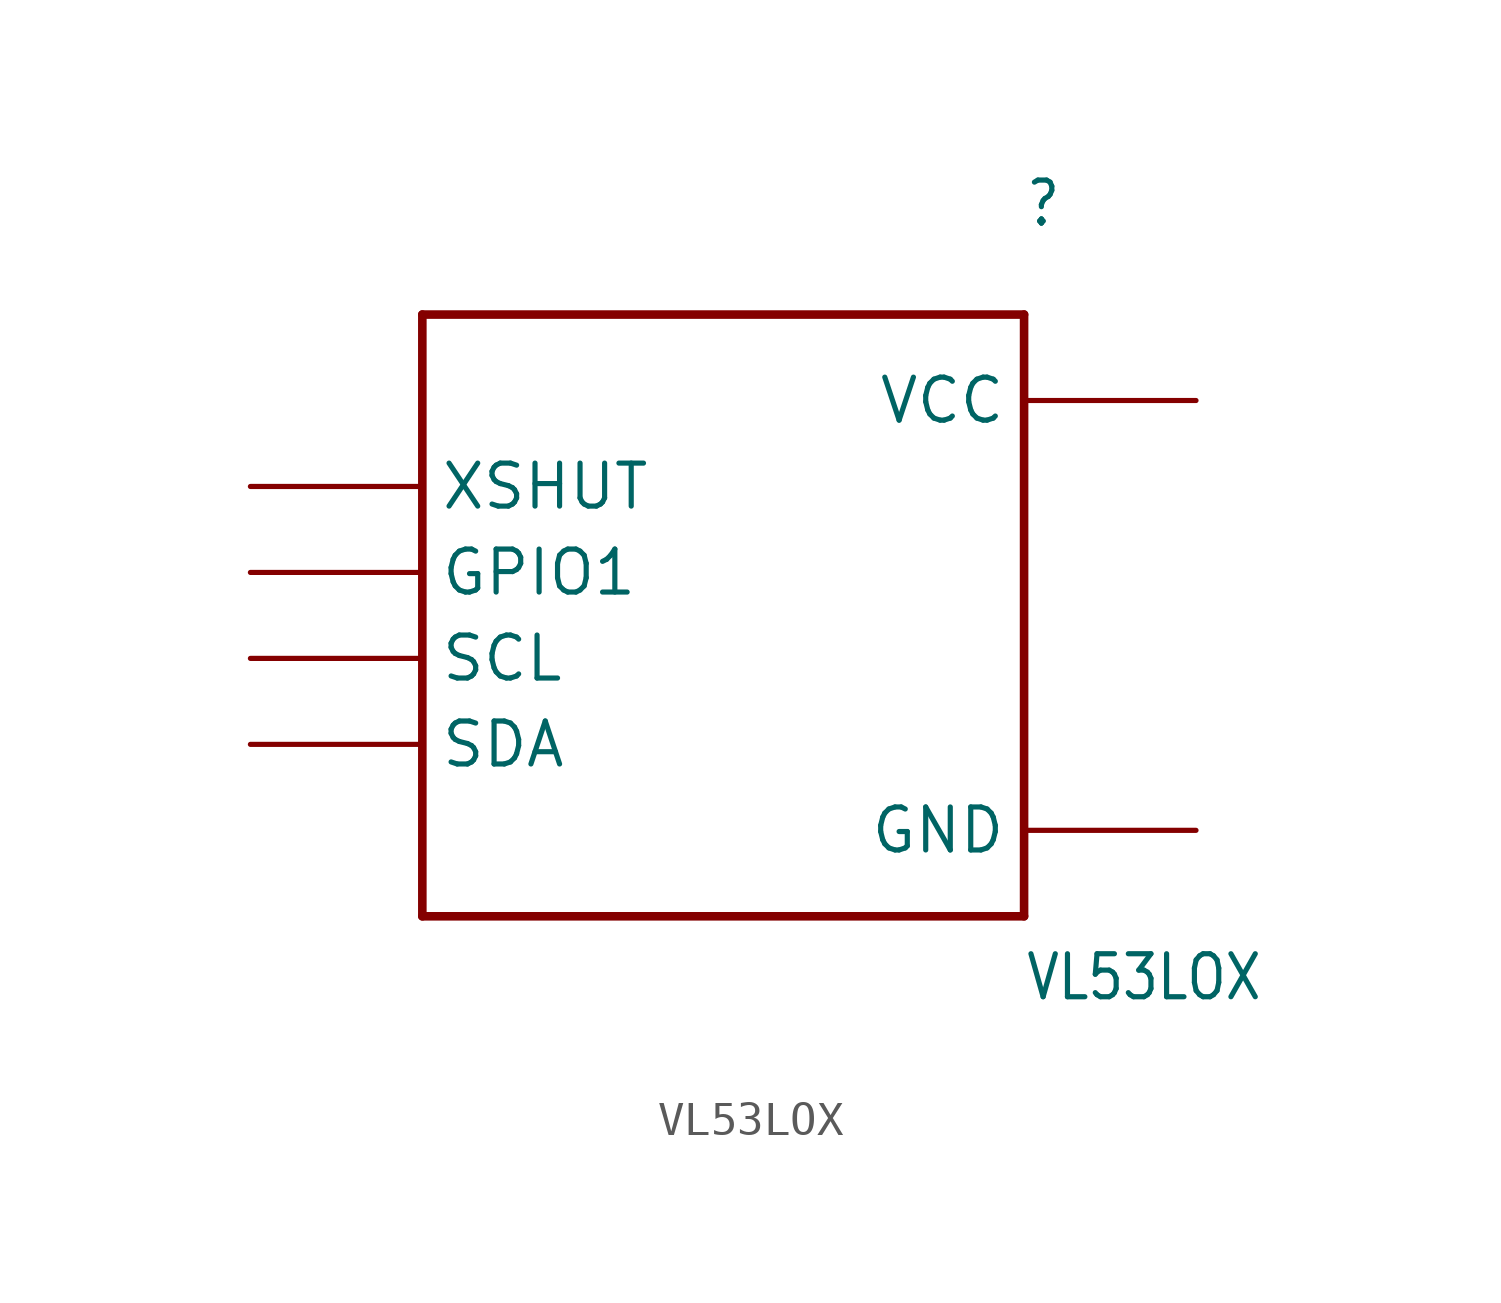
<source format=kicad_sym>
(kicad_symbol_lib
  (version 20211014)
  (generator kicad_symbol_editor)
  (symbol "VL53LOX"
    (property "Reference" ""
      (at 2.54 15.24 0)
      (effects (font (size 1.27 1.079)) (justify left bottom)))
    (property "Value" "VL53LOX"
      (at 2.54 -7.62 0)
      (effects (font (size 1.27 1.079)) (justify left bottom)))
    (property "ki_locked" ""
      (at 0 0 0)
      (effects (font (size 1.27 1.27))))
    (symbol "VL53LOX_1_0"
      (polyline (pts (xy -15.24 -5.08) (xy 2.54 -5.08)) (stroke (width 0.254) (type default) (color 0 0 0 0)) (fill (type none)))
      (polyline (pts (xy -15.24 12.7) (xy -15.24 -5.08)) (stroke (width 0.254) (type default) (color 0 0 0 0)) (fill (type none)))
      (polyline (pts (xy 2.54 -5.08) (xy 2.54 12.7)) (stroke (width 0.254) (type default) (color 0 0 0 0)) (fill (type none)))
      (polyline (pts (xy 2.54 12.7) (xy -15.24 12.7)) (stroke (width 0.254) (type default) (color 0 0 0 0)) (fill (type none)))
      (pin bidirectional line (at 7.62 -2.54 180) (length 5.08) (name "GND" (effects (font (size 1.27 1.27)))) (number "GND" (effects (font (size 0 0)))))
      (pin bidirectional line (at -20.32 5.08 0) (length 5.08) (name "GPIO1" (effects (font (size 1.27 1.27)))) (number "GPIO1" (effects (font (size 0 0)))))
      (pin bidirectional line (at -20.32 2.54 0) (length 5.08) (name "SCL" (effects (font (size 1.27 1.27)))) (number "SCL" (effects (font (size 0 0)))))
      (pin bidirectional line (at -20.32 0 0) (length 5.08) (name "SDA" (effects (font (size 1.27 1.27)))) (number "SDA" (effects (font (size 0 0)))))
      (pin bidirectional line (at 7.62 10.16 180) (length 5.08) (name "VCC" (effects (font (size 1.27 1.27)))) (number "VCC" (effects (font (size 0 0)))))
      (pin bidirectional line (at -20.32 7.62 0) (length 5.08) (name "XSHUT" (effects (font (size 1.27 1.27)))) (number "XSHUT" (effects (font (size 0 0))))))))
</source>
